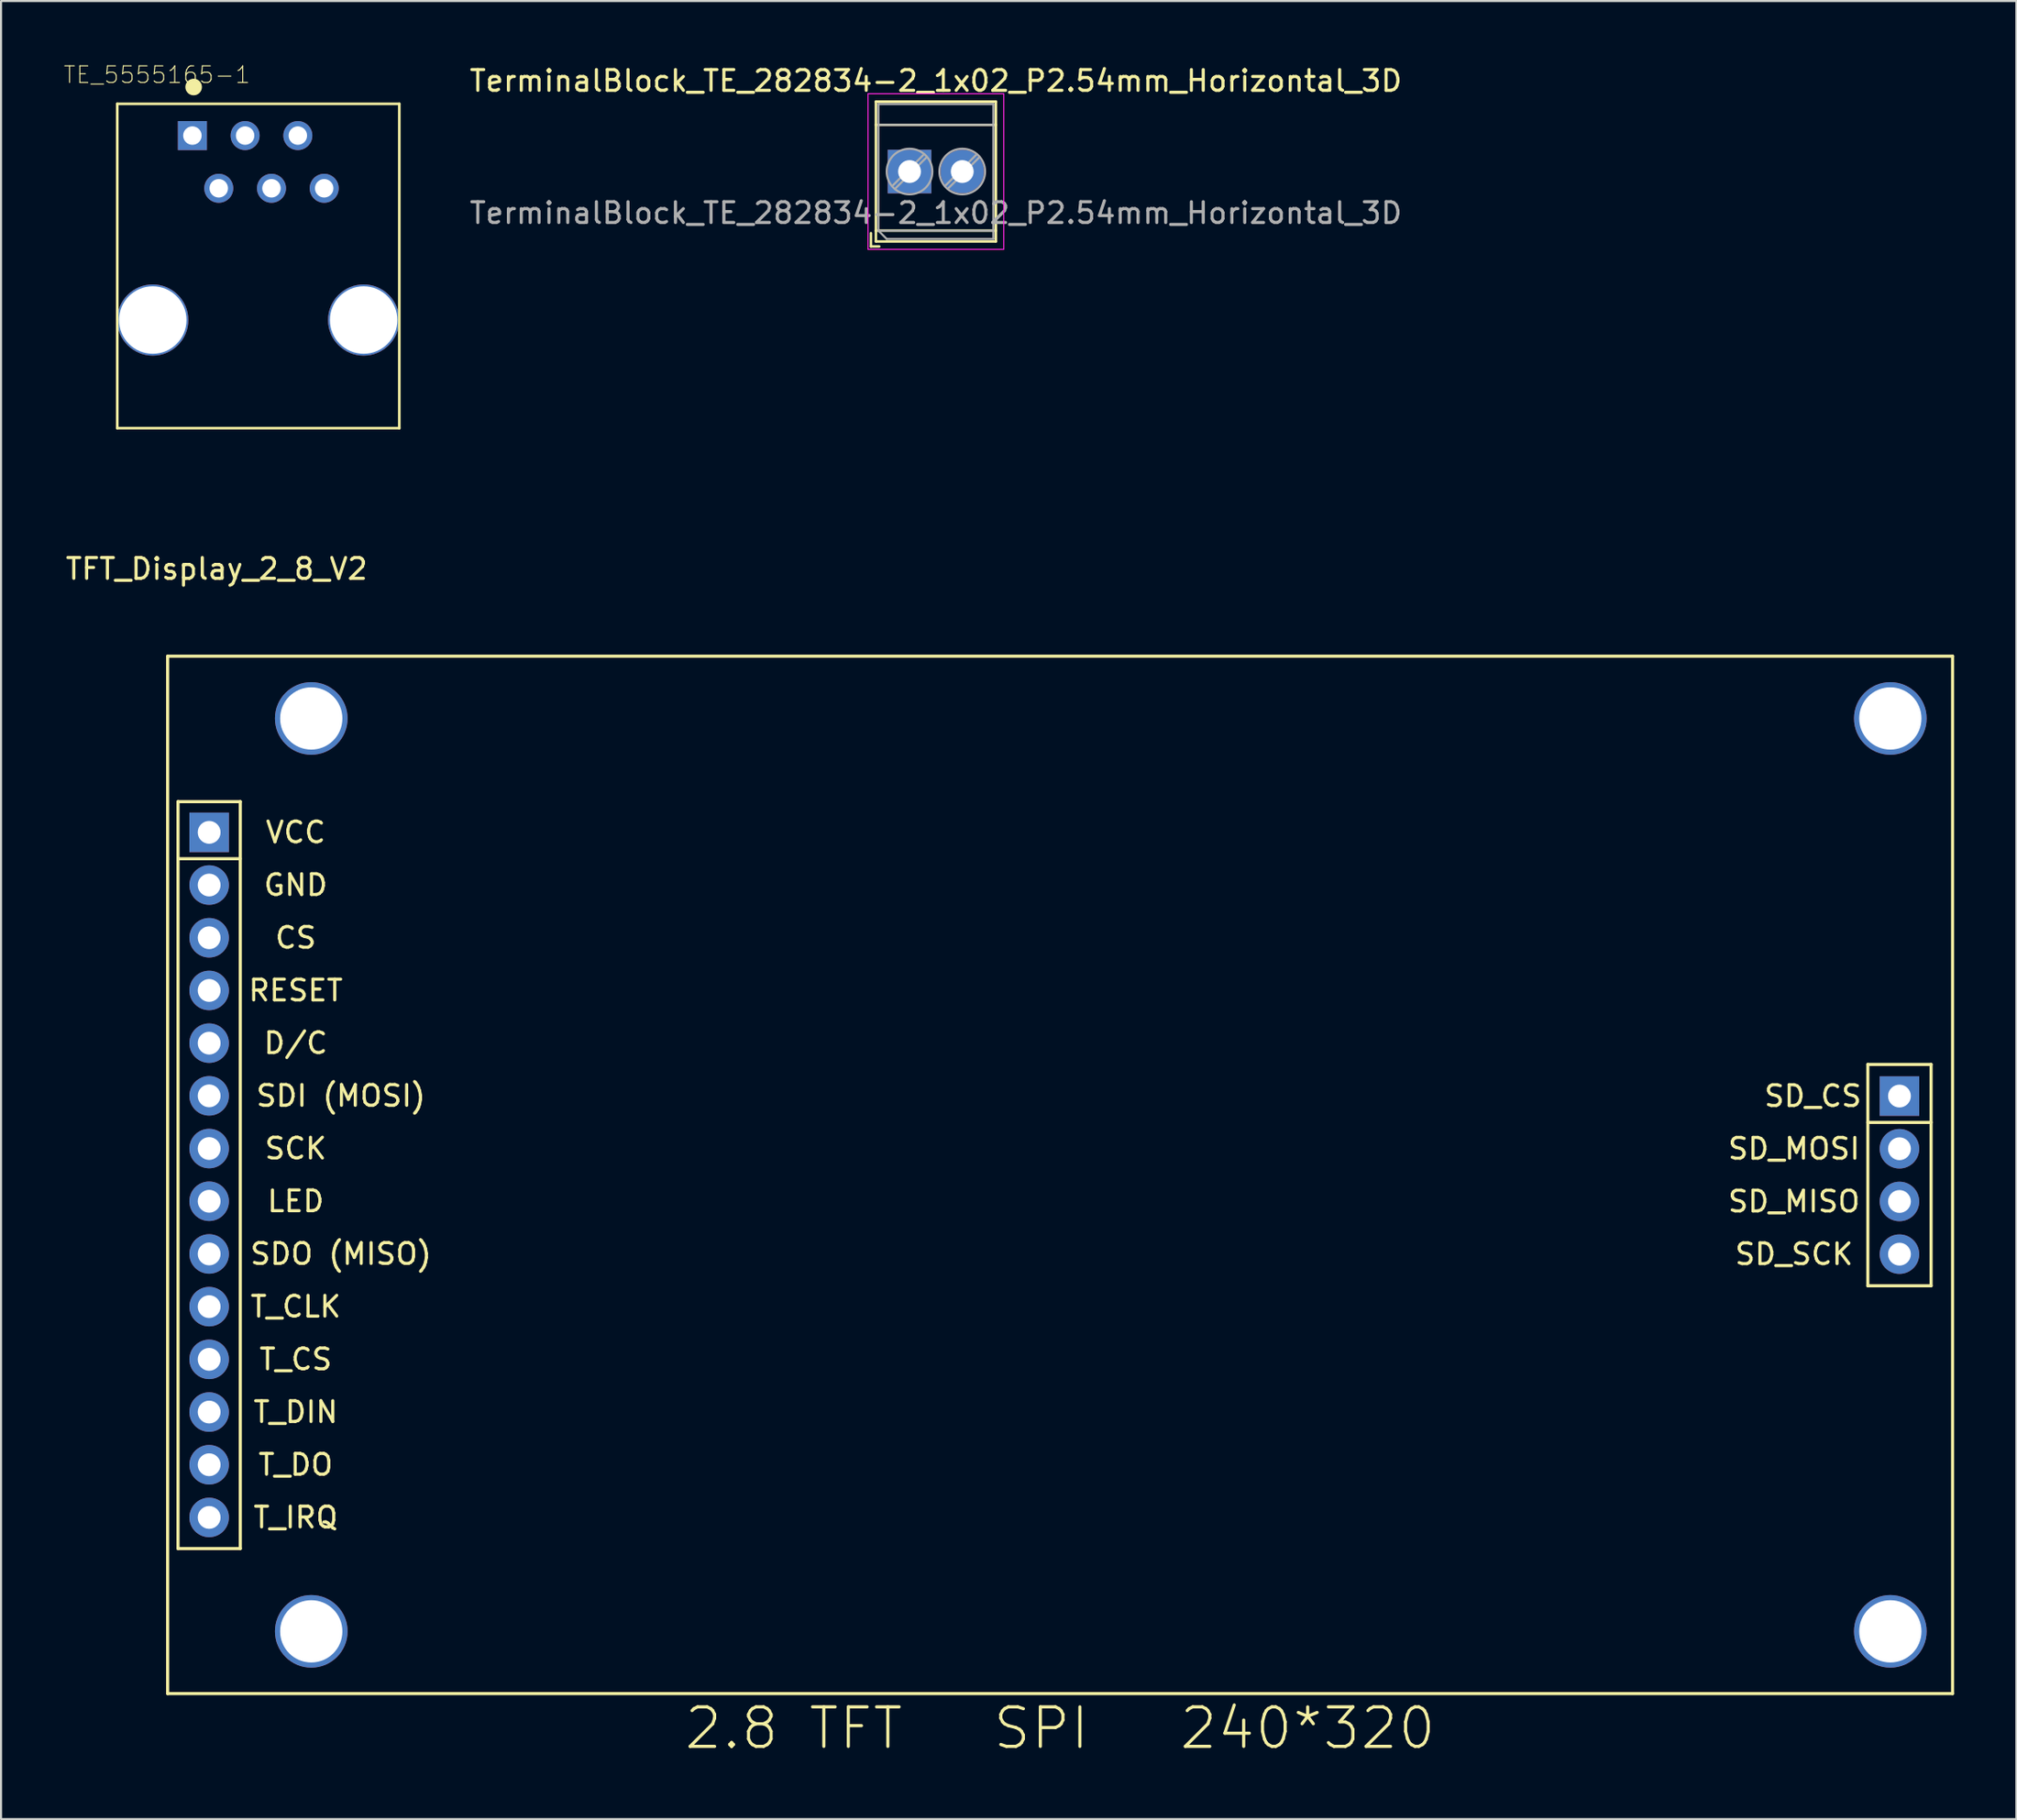
<source format=kicad_pcb>
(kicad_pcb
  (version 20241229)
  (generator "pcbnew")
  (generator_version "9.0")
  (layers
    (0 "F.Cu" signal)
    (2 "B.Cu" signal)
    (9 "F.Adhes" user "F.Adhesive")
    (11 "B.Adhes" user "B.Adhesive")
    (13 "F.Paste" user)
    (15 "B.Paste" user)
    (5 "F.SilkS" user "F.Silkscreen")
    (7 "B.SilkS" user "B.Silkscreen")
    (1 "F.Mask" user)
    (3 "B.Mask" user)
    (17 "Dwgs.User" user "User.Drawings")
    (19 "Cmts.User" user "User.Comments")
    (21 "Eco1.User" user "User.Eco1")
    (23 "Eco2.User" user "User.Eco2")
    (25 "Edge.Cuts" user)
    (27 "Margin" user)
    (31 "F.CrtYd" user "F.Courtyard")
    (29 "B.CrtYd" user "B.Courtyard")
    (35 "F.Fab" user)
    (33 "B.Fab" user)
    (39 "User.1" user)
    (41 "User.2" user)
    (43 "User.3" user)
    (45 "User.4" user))
  (footprint "TE_5555165-1"
    (layer "F.Cu")
    (at 6.22 3.485)
    (property "Reference" "TE_5555165-1" (at -1.709 -2.929 0) (layer "F.SilkS") (effects (font (size 0.8 0.8) (thickness 0.05))))
    (attr through_hole)
    (fp_line (start -3.62 -1.53) (end 9.97 -1.53) (stroke (width 0.127) (type solid)) (layer "F.SilkS"))
    (fp_line (start -3.62 14.1) (end -3.62 -1.53) (stroke (width 0.127) (type solid)) (layer "F.SilkS"))
    (fp_line (start 9.97 -1.53) (end 9.97 14.1) (stroke (width 0.127) (type solid)) (layer "F.SilkS"))
    (fp_line (start 9.97 14.1) (end -3.62 14.1) (stroke (width 0.127) (type solid)) (layer "F.SilkS"))
    (fp_circle (center 0.06 -2.34) (end 0.26 -2.34) (stroke (width 0.4) (type solid)) (fill no) (layer "F.SilkS"))
    (fp_line (start -3.87 -1.78) (end 10.22 -1.78) (stroke (width 0.05) (type solid)) (layer "Eco1.User"))
    (fp_line (start -3.87 17.01) (end -3.87 -1.78) (stroke (width 0.05) (type solid)) (layer "Eco1.User"))
    (fp_line (start 10.22 -1.78) (end 10.22 17.01) (stroke (width 0.05) (type solid)) (layer "Eco1.User"))
    (fp_line (start 10.22 17.01) (end -3.87 17.01) (stroke (width 0.05) (type solid)) (layer "Eco1.User"))
    (fp_line (start -3.62 -1.53) (end 9.97 -1.53) (stroke (width 0.127) (type solid)) (layer "Eco2.User"))
    (fp_line (start -3.62 16.76) (end -3.62 -1.53) (stroke (width 0.127) (type solid)) (layer "Eco2.User"))
    (fp_line (start 9.97 -1.53) (end 9.97 16.76) (stroke (width 0.127) (type solid)) (layer "Eco2.User"))
    (fp_line (start 9.97 16.76) (end -3.62 16.76) (stroke (width 0.127) (type solid)) (layer "Eco2.User"))
    (pad "1" thru_hole rect (at 0 0) (size 1.398 1.398) (drill 0.89) (layers "*.Cu" "*.Mask"))
    (pad "2" thru_hole circle (at 1.27 2.54) (size 1.398 1.398) (drill 0.89) (layers "*.Cu" "*.Mask"))
    (pad "3" thru_hole circle (at 2.54 0) (size 1.398 1.398) (drill 0.89) (layers "*.Cu" "*.Mask"))
    (pad "4" thru_hole circle (at 3.81 2.54) (size 1.398 1.398) (drill 0.89) (layers "*.Cu" "*.Mask"))
    (pad "5" thru_hole circle (at 5.08 0) (size 1.398 1.398) (drill 0.89) (layers "*.Cu" "*.Mask"))
    (pad "6" thru_hole circle (at 6.35 2.54) (size 1.398 1.398) (drill 0.89) (layers "*.Cu" "*.Mask"))
    (pad "Hole" thru_hole circle (at -1.91 8.89) (size 3.429 3.429) (drill 3.25) (layers "*.Cu" "*.Mask"))
    (pad "Hole" thru_hole circle (at 8.25 8.89) (size 3.429 3.429) (drill 3.25) (layers "*.Cu" "*.Mask")))
  (footprint "TerminalBlock_TE_282834-2_1x02_P2.54mm_Horizontal_3D"
    (layer "F.Cu")
    (at 40.772 5.218)
    (property "Reference" "TerminalBlock_TE_282834-2_1x02_P2.54mm_Horizontal_3D" (at 1.27 -4.37 0) (layer "F.SilkS") (effects (font (size 1 1) (thickness 0.15))))
    (attr through_hole)
    (fp_line (start -1.86 2.97) (end -1.86 3.61) (stroke (width 0.12) (type solid)) (layer "F.SilkS"))
    (fp_line (start -1.86 3.61) (end -1.46 3.61) (stroke (width 0.12) (type solid)) (layer "F.SilkS"))
    (fp_line (start -1.62 -3.37) (end -1.62 3.37) (stroke (width 0.12) (type solid)) (layer "F.SilkS"))
    (fp_line (start -1.62 -3.37) (end 4.16 -3.37) (stroke (width 0.12) (type solid)) (layer "F.SilkS"))
    (fp_line (start -1.62 -2.25) (end 4.16 -2.25) (stroke (width 0.12) (type solid)) (layer "F.SilkS"))
    (fp_line (start -1.62 2.85) (end 4.16 2.85) (stroke (width 0.12) (type solid)) (layer "F.SilkS"))
    (fp_line (start -1.62 3.37) (end 4.16 3.37) (stroke (width 0.12) (type solid)) (layer "F.SilkS"))
    (fp_line (start 4.16 -3.37) (end 4.16 3.37) (stroke (width 0.12) (type solid)) (layer "F.SilkS"))
    (fp_line (start -2 -3.75) (end -2 3.75) (stroke (width 0.05) (type solid)) (layer "F.CrtYd"))
    (fp_line (start -2 3.75) (end 4.54 3.75) (stroke (width 0.05) (type solid)) (layer "F.CrtYd"))
    (fp_line (start 4.54 -3.75) (end -2 -3.75) (stroke (width 0.05) (type solid)) (layer "F.CrtYd"))
    (fp_line (start 4.54 3.75) (end 4.54 -3.75) (stroke (width 0.05) (type solid)) (layer "F.CrtYd"))
    (fp_line (start -1.5 -3.25) (end 4.04 -3.25) (stroke (width 0.1) (type solid)) (layer "F.Fab"))
    (fp_line (start -1.5 -2.25) (end 4.04 -2.25) (stroke (width 0.1) (type solid)) (layer "F.Fab"))
    (fp_line (start -1.5 2.85) (end -1.5 -3.25) (stroke (width 0.1) (type solid)) (layer "F.Fab"))
    (fp_line (start -1.5 2.85) (end 4.04 2.85) (stroke (width 0.1) (type solid)) (layer "F.Fab"))
    (fp_line (start -1.1 3.25) (end -1.5 2.85) (stroke (width 0.1) (type solid)) (layer "F.Fab"))
    (fp_line (start 0.701 -0.835) (end -0.835 0.7) (stroke (width 0.1) (type solid)) (layer "F.Fab"))
    (fp_line (start 0.835 -0.7) (end -0.701 0.835) (stroke (width 0.1) (type solid)) (layer "F.Fab"))
    (fp_line (start 3.241 -0.835) (end 1.706 0.7) (stroke (width 0.1) (type solid)) (layer "F.Fab"))
    (fp_line (start 3.375 -0.7) (end 1.84 0.835) (stroke (width 0.1) (type solid)) (layer "F.Fab"))
    (fp_line (start 4.04 -3.25) (end 4.04 3.25) (stroke (width 0.1) (type solid)) (layer "F.Fab"))
    (fp_line (start 4.04 3.25) (end -1.1 3.25) (stroke (width 0.1) (type solid)) (layer "F.Fab"))
    (fp_circle (center 0 0) (end 1.1 0) (stroke (width 0.1) (type solid)) (fill no) (layer "F.Fab"))
    (fp_circle (center 2.54 0) (end 3.64 0) (stroke (width 0.1) (type solid)) (fill no) (layer "F.Fab"))
    (fp_text user "${REFERENCE}" (at 1.27 2 0) (layer "F.Fab") (effects (font (size 1 1) (thickness 0.15))))
    (pad "1" thru_hole rect (at 0 0) (size 2.1 2.1) (drill 1.1) (layers "*.Cu" "*.Mask"))
    (pad "2" thru_hole circle (at 2.54 0) (size 2.1 2.1) (drill 1.1) (layers "*.Cu" "*.Mask")))
  (footprint "TFT_Display_2_8_V2"
    (layer "F.Cu")
    (at 48.027 53.578)
    (property "Reference" "TFT_Display_2_8_V2" (at -40.64 -29.21 0) (layer "F.SilkS") (effects (font (size 1 1) (thickness 0.15))))
    (attr through_hole)
    (fp_line (start -43 25) (end -43 -25) (stroke (width 0.15) (type solid)) (layer "F.SilkS"))
    (fp_line (start -42.5 -17.99) (end -42.5 18.01) (stroke (width 0.15) (type solid)) (layer "F.SilkS"))
    (fp_line (start -42.5 -17.99) (end -39.5 -17.99) (stroke (width 0.15) (type solid)) (layer "F.SilkS"))
    (fp_line (start -39.51 -15.24) (end -42.47 -15.24) (stroke (width 0.15) (type solid)) (layer "F.SilkS"))
    (fp_line (start -39.5 18.01) (end -42.5 18.01) (stroke (width 0.15) (type solid)) (layer "F.SilkS"))
    (fp_line (start -39.5 18.01) (end -39.5 -17.99) (stroke (width 0.15) (type solid)) (layer "F.SilkS"))
    (fp_line (start 38.916 -5.324) (end 41.964 -5.324) (stroke (width 0.15) (type solid)) (layer "F.SilkS"))
    (fp_line (start 38.916 5.344) (end 38.916 -5.324) (stroke (width 0.15) (type solid)) (layer "F.SilkS"))
    (fp_line (start 41.964 -5.324) (end 41.964 5.344) (stroke (width 0.15) (type solid)) (layer "F.SilkS"))
    (fp_line (start 41.964 -2.53) (end 38.916 -2.53) (stroke (width 0.15) (type solid)) (layer "F.SilkS"))
    (fp_line (start 41.964 5.344) (end 38.916 5.344) (stroke (width 0.15) (type solid)) (layer "F.SilkS"))
    (fp_line (start 43 -25) (end -43 -25) (stroke (width 0.15) (type solid)) (layer "F.SilkS"))
    (fp_line (start 43 25) (end -43 25) (stroke (width 0.15) (type solid)) (layer "F.SilkS"))
    (fp_line (start 43 25) (end 43 -25) (stroke (width 0.15) (type solid)) (layer "F.SilkS"))
    (fp_text user "SD_MOSI" (at 35.36 -1.26 180) (layer "F.SilkS") (effects (font (size 1 1) (thickness 0.15))))
    (fp_text user "D/C" (at -36.83 -6.35 0) (layer "F.SilkS") (effects (font (size 1 1) (thickness 0.15))))
    (fp_text user "T_IRQ" (at -36.83 16.51 0) (layer "F.SilkS") (effects (font (size 1 1) (thickness 0.15))))
    (fp_text user "T_CS" (at -36.83 8.89 0) (layer "F.SilkS") (effects (font (size 1 1) (thickness 0.15))))
    (fp_text user "SDI (MOSI)" (at -34.65 -3.81 0) (layer "F.SilkS") (effects (font (size 1 1) (thickness 0.15))))
    (fp_text user "SD_CS" (at 36.27 -3.8 180) (layer "F.SilkS") (effects (font (size 1 1) (thickness 0.15))))
    (fp_text user "SD_MISO" (at 35.36 1.28 180) (layer "F.SilkS") (effects (font (size 1 1) (thickness 0.15))))
    (fp_text user "T_DO" (at -36.83 13.97 0) (layer "F.SilkS") (effects (font (size 1 1) (thickness 0.15))))
    (fp_text user "T_DIN" (at -36.83 11.43 0) (layer "F.SilkS") (effects (font (size 1 1) (thickness 0.15))))
    (fp_text user "SCK" (at -36.83 -1.27 0) (layer "F.SilkS") (effects (font (size 1 1) (thickness 0.15))))
    (fp_text user "LED" (at -36.83 1.27 0) (layer "F.SilkS") (effects (font (size 1 1) (thickness 0.15))))
    (fp_text user "T_CLK" (at -36.83 6.35 0) (layer "F.SilkS") (effects (font (size 1 1) (thickness 0.15))))
    (fp_text user "SDO (MISO)" (at -34.65 3.81 0) (layer "F.SilkS") (effects (font (size 1 1) (thickness 0.15))))
    (fp_text user "VCC" (at -36.83 -16.51 0) (layer "F.SilkS") (effects (font (size 1 1) (thickness 0.15))))
    (fp_text user "RESET" (at -36.83 -8.89 0) (layer "F.SilkS") (effects (font (size 1 1) (thickness 0.15))))
    (fp_text user "2.8 TFT   SPI   240*320" (at 0 26.67 0) (layer "F.SilkS") (effects (font (size 1.905 1.905) (thickness 0.15))))
    (fp_text user "GND" (at -36.83 -13.97 0) (layer "F.SilkS") (effects (font (size 1 1) (thickness 0.15))))
    (fp_text user "SD_SCK" (at 35.36 3.82 180) (layer "F.SilkS") (effects (font (size 1 1) (thickness 0.15))))
    (fp_text user "CS" (at -36.83 -11.43 0) (layer "F.SilkS") (effects (font (size 1 1) (thickness 0.15))))
    (pad "0" thru_hole circle (at -36.08 -22 180) (size 3.5 3.5) (drill 3) (layers "*.Cu" "*.Mask"))
    (pad "0" thru_hole circle (at -36.08 22 270) (size 3.5 3.5) (drill 3) (layers "*.Cu" "*.Mask"))
    (pad "0" thru_hole circle (at 40 -22 90) (size 3.5 3.5) (drill 3) (layers "*.Cu" "*.Mask"))
    (pad "0" thru_hole circle (at 40 22) (size 3.5 3.5) (drill 3) (layers "*.Cu" "*.Mask"))
    (pad "1" thru_hole rect (at -41 -16.51 180) (size 1.905 1.905) (drill 1.1) (layers "*.Cu" "*.Mask"))
    (pad "2" thru_hole circle (at -41 -13.97 180) (size 1.905 1.905) (drill 1.1) (layers "*.Cu" "*.Mask"))
    (pad "3" thru_hole circle (at -41 -11.43 180) (size 1.905 1.905) (drill 1.1) (layers "*.Cu" "*.Mask"))
    (pad "4" thru_hole circle (at -41 -8.89 180) (size 1.905 1.905) (drill 1.1) (layers "*.Cu" "*.Mask"))
    (pad "5" thru_hole circle (at -41 -6.35 180) (size 1.905 1.905) (drill 1.1) (layers "*.Cu" "*.Mask"))
    (pad "6" thru_hole circle (at -41 -3.81 180) (size 1.905 1.905) (drill 1.1) (layers "*.Cu" "*.Mask"))
    (pad "7" thru_hole circle (at -41 -1.27 180) (size 1.905 1.905) (drill 1.1) (layers "*.Cu" "*.Mask"))
    (pad "8" thru_hole circle (at -41 1.27 180) (size 1.905 1.905) (drill 1.1) (layers "*.Cu" "*.Mask"))
    (pad "9" thru_hole circle (at -41 3.81 180) (size 1.905 1.905) (drill 1.1) (layers "*.Cu" "*.Mask"))
    (pad "10" thru_hole circle (at -41 6.35 180) (size 1.905 1.905) (drill 1.1) (layers "*.Cu" "*.Mask"))
    (pad "11" thru_hole circle (at -41 8.89 180) (size 1.905 1.905) (drill 1.1) (layers "*.Cu" "*.Mask"))
    (pad "12" thru_hole circle (at -41 11.43 180) (size 1.905 1.905) (drill 1.1) (layers "*.Cu" "*.Mask"))
    (pad "13" thru_hole circle (at -41 13.97 180) (size 1.905 1.905) (drill 1.1) (layers "*.Cu" "*.Mask"))
    (pad "14" thru_hole circle (at -41 16.51 180) (size 1.905 1.905) (drill 1.1) (layers "*.Cu" "*.Mask"))
    (pad "15" thru_hole rect (at 40.44 -3.8 180) (size 1.905 1.905) (drill 1.1) (layers "*.Cu" "*.Mask"))
    (pad "16" thru_hole circle (at 40.44 -1.26 180) (size 1.905 1.905) (drill 1.1) (layers "*.Cu" "*.Mask"))
    (pad "17" thru_hole circle (at 40.44 1.28 180) (size 1.905 1.905) (drill 1.1) (layers "*.Cu" "*.Mask"))
    (pad "18" thru_hole circle (at 40.44 3.82 180) (size 1.905 1.905) (drill 1.1) (layers "*.Cu" "*.Mask")))
  (gr_rect
    (start -3 -3)
    (end 94.102 84.626)
    (stroke (width 0.1) (type default))
    (fill no)
    (layer "Edge.Cuts")))
</source>
